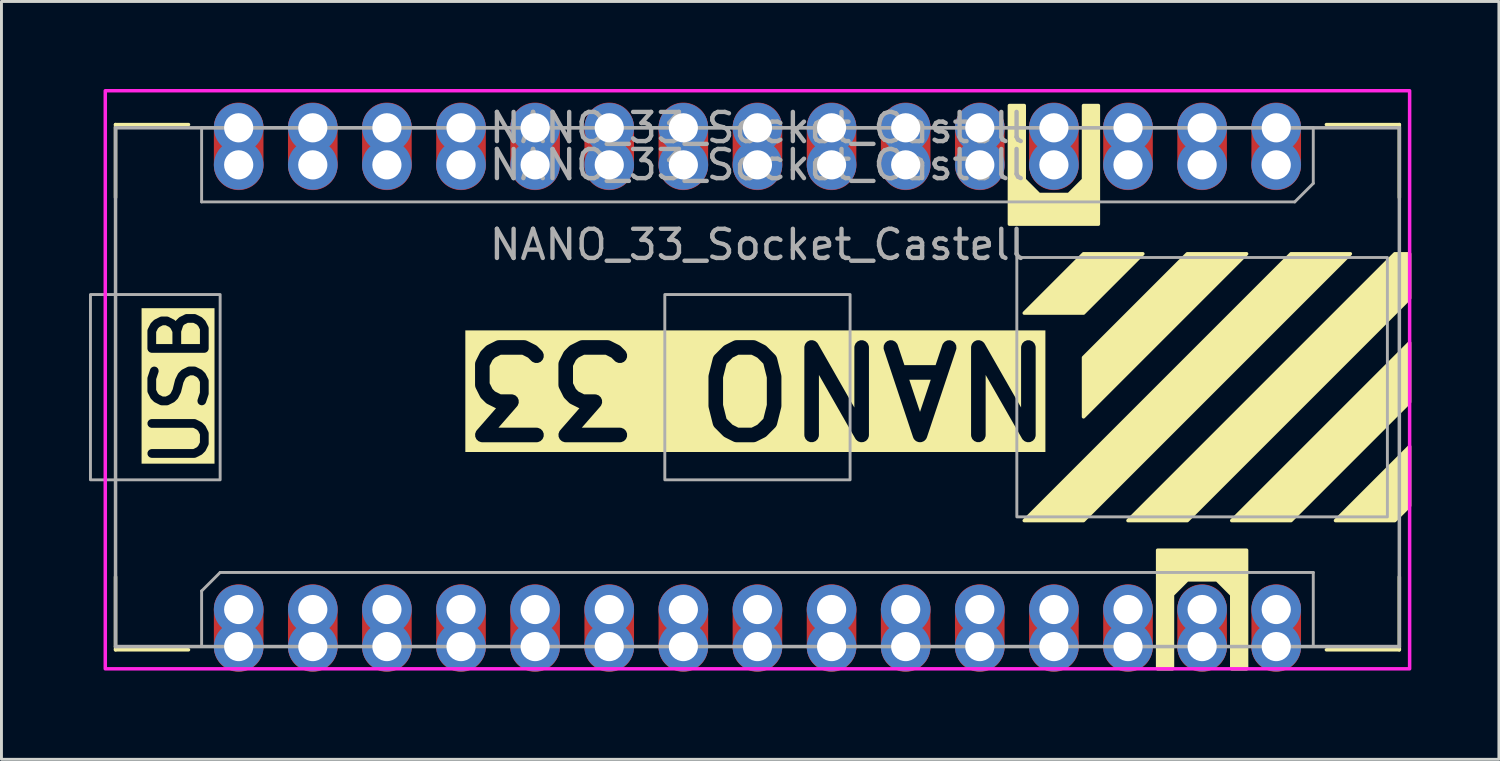
<source format=kicad_pcb>
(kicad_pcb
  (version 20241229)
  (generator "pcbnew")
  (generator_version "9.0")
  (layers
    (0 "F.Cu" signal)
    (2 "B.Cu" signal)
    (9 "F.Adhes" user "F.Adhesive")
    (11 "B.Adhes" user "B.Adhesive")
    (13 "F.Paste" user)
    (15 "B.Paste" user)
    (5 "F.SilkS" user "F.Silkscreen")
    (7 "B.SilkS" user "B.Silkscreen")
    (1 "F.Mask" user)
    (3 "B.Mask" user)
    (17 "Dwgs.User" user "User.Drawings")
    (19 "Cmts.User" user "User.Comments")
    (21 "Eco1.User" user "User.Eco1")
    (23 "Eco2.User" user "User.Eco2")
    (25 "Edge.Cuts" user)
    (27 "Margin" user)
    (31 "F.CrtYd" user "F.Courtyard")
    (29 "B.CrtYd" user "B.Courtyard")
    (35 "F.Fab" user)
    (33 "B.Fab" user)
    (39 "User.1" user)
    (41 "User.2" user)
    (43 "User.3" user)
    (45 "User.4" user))
  (footprint "NANO_33_Socket_Castell"
    (layer "F.Cu")
    (at 22.91 10.22)
    (property "Reference" "NANO_33_Socket_Castell" (at 0 -4.884 180) (layer "F.Fab") (effects (font (size 1 1) (thickness 0.15))))
    (attr through_hole)
    (fp_line (start -22 -9) (end -22 -6.5) (stroke (width 0.12) (type default)) (layer "F.SilkS"))
    (fp_line (start -22 6.5) (end -22 9) (stroke (width 0.12) (type default)) (layer "F.SilkS"))
    (fp_line (start -22 9) (end -19.5 9) (stroke (width 0.12) (type default)) (layer "F.SilkS"))
    (fp_line (start -19.5 -9) (end -22 -9) (stroke (width 0.12) (type default)) (layer "F.SilkS"))
    (fp_line (start 19.5 9) (end 22 9) (stroke (width 0.12) (type default)) (layer "F.SilkS"))
    (fp_line (start 22 -9) (end 19.5 -9) (stroke (width 0.12) (type default)) (layer "F.SilkS"))
    (fp_line (start 22 -6.5) (end 22 -9) (stroke (width 0.12) (type default)) (layer "F.SilkS"))
    (fp_line (start 22 9) (end 22 6.5) (stroke (width 0.12) (type default)) (layer "F.SilkS"))
    (fp_poly (pts (xy 11.176 4.572) (xy 20.32 -4.572) (xy 18.288 -4.572) (xy 9.144 4.572)) (stroke (width 0.12) (type solid)) (fill yes) (layer "F.SilkS"))
    (fp_poly (pts (xy 13.208 -4.572) (xy 11.176 -2.54) (xy 9.144 -2.54) (xy 11.176 -4.572)) (stroke (width 0.12) (type solid)) (fill yes) (layer "F.SilkS"))
    (fp_poly (pts (xy 16.764 -4.572) (xy 11.176 1.016) (xy 11.176 -1.016) (xy 14.732 -4.572)) (stroke (width 0.12) (type solid)) (fill yes) (layer "F.SilkS"))
    (fp_poly (pts (xy 18.288 4.572) (xy 22.352 0.508) (xy 22.352 -1.524) (xy 16.256 4.572)) (stroke (width 0.12) (type solid)) (fill yes) (layer "F.SilkS"))
    (fp_poly (pts (xy 22.352 4.064) (xy 21.844 4.572) (xy 19.812 4.572) (xy 22.352 2.032)) (stroke (width 0.12) (type solid)) (fill yes) (layer "F.SilkS"))
    (fp_poly (pts (xy 14.732 4.572) (xy 22.352 -3.048) (xy 22.352 -4.572) (xy 21.844 -4.572) (xy 12.7 4.572)) (stroke (width 0.12) (type solid)) (fill yes) (layer "F.SilkS"))
    (fp_poly (pts (xy 9.144 -9.652) (xy 9.144 -7.112) (xy 9.652 -6.604) (xy 10.668 -6.604) (xy 11.176 -7.112) (xy 11.176 -9.652) (xy 11.684 -9.652) (xy 11.684 -5.588) (xy 8.636 -5.588) (xy 8.636 -9.652)) (stroke (width 0.12) (type solid)) (fill yes) (layer "F.SilkS"))
    (fp_poly (pts (xy 16.256 9.652) (xy 16.256 7.112) (xy 15.748 6.604) (xy 14.732 6.604) (xy 14.224 7.112) (xy 14.224 9.652) (xy 13.716 9.652) (xy 13.716 5.588) (xy 16.764 5.588) (xy 16.764 9.652)) (stroke (width 0.12) (type solid)) (fill yes) (layer "F.SilkS"))
    (fp_rect (start -22.352 -10.16) (end 22.352 9.652) (stroke (width 0.12) (type default)) (fill no) (layer "F.CrtYd"))
    (fp_line (start -22 -8.89) (end 22 -8.89) (stroke (width 0.12) (type solid)) (layer "F.Fab"))
    (fp_line (start -22 8.89) (end -22 -8.89) (stroke (width 0.12) (type solid)) (layer "F.Fab"))
    (fp_line (start -22 8.89) (end 22 8.89) (stroke (width 0.12) (type solid)) (layer "F.Fab"))
    (fp_line (start -19.05 -8.89) (end 19.05 -8.89) (stroke (width 0.1) (type solid)) (layer "F.Fab"))
    (fp_line (start -19.05 -6.35) (end -19.05 -8.89) (stroke (width 0.1) (type solid)) (layer "F.Fab"))
    (fp_line (start -19.05 6.985) (end -18.415 6.35) (stroke (width 0.1) (type solid)) (layer "F.Fab"))
    (fp_line (start -19.05 8.89) (end -19.05 6.985) (stroke (width 0.1) (type solid)) (layer "F.Fab"))
    (fp_line (start -18.415 6.35) (end 19.05 6.35) (stroke (width 0.1) (type solid)) (layer "F.Fab"))
    (fp_line (start 18.415 -6.35) (end -19.05 -6.35) (stroke (width 0.1) (type solid)) (layer "F.Fab"))
    (fp_line (start 19.05 -8.89) (end 19.05 -6.985) (stroke (width 0.1) (type solid)) (layer "F.Fab"))
    (fp_line (start 19.05 -6.985) (end 18.415 -6.35) (stroke (width 0.1) (type solid)) (layer "F.Fab"))
    (fp_line (start 19.05 6.35) (end 19.05 8.89) (stroke (width 0.1) (type solid)) (layer "F.Fab"))
    (fp_line (start 19.05 8.89) (end -19.05 8.89) (stroke (width 0.1) (type solid)) (layer "F.Fab"))
    (fp_line (start 22 8.89) (end 22 -8.89) (stroke (width 0.12) (type solid)) (layer "F.Fab"))
    (fp_poly (pts (xy -22.86 3.175) (xy -18.415 3.175) (xy -18.415 -3.175) (xy -22.86 -3.175)) (stroke (width 0.1) (type solid)) (fill no) (layer "F.Fab"))
    (fp_poly (pts (xy -3.175 3.175) (xy 3.175 3.175) (xy 3.175 -3.175) (xy -3.175 -3.175)) (stroke (width 0.1) (type solid)) (fill no) (layer "F.Fab"))
    (fp_poly (pts (xy 8.89 4.445) (xy 21.59 4.445) (xy 21.59 -4.445) (xy 8.89 -4.445)) (stroke (width 0.1) (type solid)) (fill no) (layer "F.Fab"))
    (fp_text user "USB" (at -20.828 0 90) (unlocked yes) (layer "F.SilkS" knockout) (effects (font (size 1.8 1.8) (thickness 0.3)) (justify top)))
    (fp_text user "NANO 33" (at 0 0 180) (unlocked yes) (layer "F.SilkS" knockout) (effects (font (size 3 3) (thickness 0.5) (bold yes))))
    (fp_text user "${REFERENCE}" (at 0 -8.89 180) (layer "F.Fab") (effects (font (size 1 1) (thickness 0.15))))
    (fp_text user "${REFERENCE}" (at 0 -7.62 180) (layer "F.Fab") (effects (font (size 1 1) (thickness 0.15))))
    (pad "+3V3" thru_hole oval (at -15.24 7.62 90) (size 1.7 1.7) (drill 1) (layers "*.Cu" "*.Mask"))
    (pad "+3V3" smd oval (at -15.24 8.255 90) (size 3 1.7) (layers "F.Cu" "F.Mask"))
    (pad "+3V3" thru_hole circle (at -15.24 8.89 90) (size 1.7 1.7) (drill 1) (layers "*.Cu" "*.Mask"))
    (pad "+5V" thru_hole oval (at 10.16 7.62 90) (size 1.7 1.7) (drill 1) (layers "*.Cu" "*.Mask"))
    (pad "+5V" smd oval (at 10.16 8.255 90) (size 3 1.7) (layers "F.Cu" "F.Mask"))
    (pad "+5V" thru_hole circle (at 10.16 8.89 90) (size 1.7 1.7) (drill 1) (layers "*.Cu" "*.Mask"))
    (pad "A0" thru_hole oval (at -10.16 7.62 90) (size 1.7 1.7) (drill 1) (layers "*.Cu" "*.Mask"))
    (pad "A0" smd oval (at -10.16 8.255 90) (size 3 1.7) (layers "F.Cu" "F.Mask"))
    (pad "A0" thru_hole circle (at -10.16 8.89 90) (size 1.7 1.7) (drill 1) (layers "*.Cu" "*.Mask"))
    (pad "A1" thru_hole oval (at -7.62 7.62 90) (size 1.7 1.7) (drill 1) (layers "*.Cu" "*.Mask"))
    (pad "A1" smd oval (at -7.62 8.255 90) (size 3 1.7) (layers "F.Cu" "F.Mask"))
    (pad "A1" thru_hole circle (at -7.62 8.89 90) (size 1.7 1.7) (drill 1) (layers "*.Cu" "*.Mask"))
    (pad "A2" thru_hole oval (at -5.08 7.62 90) (size 1.7 1.7) (drill 1) (layers "*.Cu" "*.Mask"))
    (pad "A2" smd oval (at -5.08 8.255 90) (size 3 1.7) (layers "F.Cu" "F.Mask"))
    (pad "A2" thru_hole circle (at -5.08 8.89 90) (size 1.7 1.7) (drill 1) (layers "*.Cu" "*.Mask"))
    (pad "A3" thru_hole oval (at -2.54 7.62 90) (size 1.7 1.7) (drill 1) (layers "*.Cu" "*.Mask"))
    (pad "A3" smd oval (at -2.54 8.255 90) (size 3 1.7) (layers "F.Cu" "F.Mask"))
    (pad "A3" thru_hole circle (at -2.54 8.89 90) (size 1.7 1.7) (drill 1) (layers "*.Cu" "*.Mask"))
    (pad "A4" thru_hole oval (at 0 7.62 90) (size 1.7 1.7) (drill 1) (layers "*.Cu" "*.Mask"))
    (pad "A4" smd oval (at 0 8.255 90) (size 3 1.7) (layers "F.Cu" "F.Mask"))
    (pad "A4" thru_hole circle (at 0 8.89 90) (size 1.7 1.7) (drill 1) (layers "*.Cu" "*.Mask"))
    (pad "A5" thru_hole oval (at 2.54 7.62 90) (size 1.7 1.7) (drill 1) (layers "*.Cu" "*.Mask"))
    (pad "A5" smd oval (at 2.54 8.255 90) (size 3 1.7) (layers "F.Cu" "F.Mask"))
    (pad "A5" thru_hole circle (at 2.54 8.89 90) (size 1.7 1.7) (drill 1) (layers "*.Cu" "*.Mask"))
    (pad "A6" thru_hole oval (at 5.08 7.62 90) (size 1.7 1.7) (drill 1) (layers "*.Cu" "*.Mask"))
    (pad "A6" smd oval (at 5.08 8.255 90) (size 3 1.7) (layers "F.Cu" "F.Mask"))
    (pad "A6" thru_hole circle (at 5.08 8.89 90) (size 1.7 1.7) (drill 1) (layers "*.Cu" "*.Mask"))
    (pad "A7" thru_hole oval (at 7.62 7.62 90) (size 1.7 1.7) (drill 1) (layers "*.Cu" "*.Mask"))
    (pad "A7" smd oval (at 7.62 8.255 90) (size 3 1.7) (layers "F.Cu" "F.Mask"))
    (pad "A7" thru_hole circle (at 7.62 8.89 90) (size 1.7 1.7) (drill 1) (layers "*.Cu" "*.Mask"))
    (pad "AREF" thru_hole oval (at -12.7 7.62 90) (size 1.7 1.7) (drill 1) (layers "*.Cu" "*.Mask"))
    (pad "AREF" smd oval (at -12.7 8.255 90) (size 3 1.7) (layers "F.Cu" "F.Mask"))
    (pad "AREF" thru_hole circle (at -12.7 8.89 90) (size 1.7 1.7) (drill 1) (layers "*.Cu" "*.Mask"))
    (pad "D2" thru_hole oval (at 7.62 -8.89 90) (size 1.7 1.7) (drill 1) (layers "*.Cu" "*.Mask"))
    (pad "D2" smd oval (at 7.62 -8.255 90) (size 3 1.7) (layers "F.Cu" "F.Mask"))
    (pad "D2" thru_hole circle (at 7.62 -7.62 90) (size 1.7 1.7) (drill 1) (layers "*.Cu" "*.Mask"))
    (pad "D3" thru_hole oval (at 5.08 -8.89 90) (size 1.7 1.7) (drill 1) (layers "*.Cu" "*.Mask"))
    (pad "D3" smd oval (at 5.08 -8.255 90) (size 3 1.7) (layers "F.Cu" "F.Mask"))
    (pad "D3" thru_hole circle (at 5.08 -7.62 90) (size 1.7 1.7) (drill 1) (layers "*.Cu" "*.Mask"))
    (pad "D4" thru_hole oval (at 2.54 -8.89 90) (size 1.7 1.7) (drill 1) (layers "*.Cu" "*.Mask"))
    (pad "D4" smd oval (at 2.54 -8.255 90) (size 3 1.7) (layers "F.Cu" "F.Mask"))
    (pad "D4" thru_hole circle (at 2.54 -7.62 90) (size 1.7 1.7) (drill 1) (layers "*.Cu" "*.Mask"))
    (pad "D5" thru_hole oval (at 0 -8.89 90) (size 1.7 1.7) (drill 1) (layers "*.Cu" "*.Mask"))
    (pad "D5" smd oval (at 0 -8.255 90) (size 3 1.7) (layers "F.Cu" "F.Mask"))
    (pad "D5" thru_hole circle (at 0 -7.62 90) (size 1.7 1.7) (drill 1) (layers "*.Cu" "*.Mask"))
    (pad "D6" thru_hole oval (at -2.54 -8.89 90) (size 1.7 1.7) (drill 1) (layers "*.Cu" "*.Mask"))
    (pad "D6" smd oval (at -2.54 -8.255 90) (size 3 1.7) (layers "F.Cu" "F.Mask"))
    (pad "D6" thru_hole circle (at -2.54 -7.62 90) (size 1.7 1.7) (drill 1) (layers "*.Cu" "*.Mask"))
    (pad "D7" thru_hole oval (at -5.08 -8.89 90) (size 1.7 1.7) (drill 1) (layers "*.Cu" "*.Mask"))
    (pad "D7" smd oval (at -5.08 -8.255 90) (size 3 1.7) (layers "F.Cu" "F.Mask"))
    (pad "D7" thru_hole circle (at -5.08 -7.62 90) (size 1.7 1.7) (drill 1) (layers "*.Cu" "*.Mask"))
    (pad "D8" thru_hole oval (at -7.62 -8.89 90) (size 1.7 1.7) (drill 1) (layers "*.Cu" "*.Mask"))
    (pad "D8" smd oval (at -7.62 -8.255 90) (size 3 1.7) (layers "F.Cu" "F.Mask"))
    (pad "D8" thru_hole circle (at -7.62 -7.62 90) (size 1.7 1.7) (drill 1) (layers "*.Cu" "*.Mask"))
    (pad "D9" thru_hole oval (at -10.16 -8.89 90) (size 1.7 1.7) (drill 1) (layers "*.Cu" "*.Mask"))
    (pad "D9" smd oval (at -10.16 -8.255 90) (size 3 1.7) (layers "F.Cu" "F.Mask"))
    (pad "D9" thru_hole circle (at -10.16 -7.62 90) (size 1.7 1.7) (drill 1) (layers "*.Cu" "*.Mask"))
    (pad "D10" thru_hole oval (at -12.7 -8.89 90) (size 1.7 1.7) (drill 1) (layers "*.Cu" "*.Mask"))
    (pad "D10" smd oval (at -12.7 -8.255 90) (size 3 1.7) (layers "F.Cu" "F.Mask"))
    (pad "D10" thru_hole circle (at -12.7 -7.62 90) (size 1.7 1.7) (drill 1) (layers "*.Cu" "*.Mask"))
    (pad "D11" thru_hole oval (at -15.24 -8.89 90) (size 1.7 1.7) (drill 1) (layers "*.Cu" "*.Mask"))
    (pad "D11" smd oval (at -15.24 -8.255 90) (size 3 1.7) (layers "F.Cu" "F.Mask"))
    (pad "D11" thru_hole circle (at -15.24 -7.62 90) (size 1.7 1.7) (drill 1) (layers "*.Cu" "*.Mask"))
    (pad "D12" thru_hole circle (at -17.78 -8.89 90) (size 1.7 1.7) (drill 1) (layers "*.Cu" "*.Mask"))
    (pad "D12" smd oval (at -17.78 -8.255 90) (size 3 1.7) (layers "F.Cu" "F.Mask"))
    (pad "D12" thru_hole circle (at -17.78 -7.62 90) (size 1.7 1.7) (drill 1) (layers "*.Cu" "*.Mask"))
    (pad "D13" thru_hole circle (at -17.78 7.62 90) (size 1.7 1.7) (drill 1) (layers "*.Cu" "*.Mask"))
    (pad "D13" smd oval (at -17.78 8.255 90) (size 3 1.7) (layers "F.Cu" "F.Mask"))
    (pad "D13" thru_hole circle (at -17.78 8.89 90) (size 1.7 1.7) (drill 1) (layers "*.Cu" "*.Mask"))
    (pad "GND1" thru_hole oval (at 15.24 7.62 90) (size 1.7 1.7) (drill 1) (layers "*.Cu" "*.Mask"))
    (pad "GND1" smd oval (at 15.24 8.255 90) (size 3 1.7) (layers "F.Cu" "F.Mask"))
    (pad "GND1" thru_hole circle (at 15.24 8.89 90) (size 1.7 1.7) (drill 1) (layers "*.Cu" "*.Mask"))
    (pad "GND2" thru_hole oval (at 10.16 -8.89 90) (size 1.7 1.7) (drill 1) (layers "*.Cu" "*.Mask"))
    (pad "GND2" smd oval (at 10.16 -8.255 90) (size 3 1.7) (layers "F.Cu" "F.Mask"))
    (pad "GND2" thru_hole circle (at 10.16 -7.62 90) (size 1.7 1.7) (drill 1) (layers "*.Cu" "*.Mask"))
    (pad "RST1" thru_hole oval (at 12.7 7.62 90) (size 1.7 1.7) (drill 1) (layers "*.Cu" "*.Mask"))
    (pad "RST1" smd oval (at 12.7 8.255 90) (size 3 1.7) (layers "F.Cu" "F.Mask"))
    (pad "RST1" thru_hole circle (at 12.7 8.89 90) (size 1.7 1.7) (drill 1) (layers "*.Cu" "*.Mask"))
    (pad "RST2" thru_hole oval (at 12.7 -8.89 90) (size 1.7 1.7) (drill 1) (layers "*.Cu" "*.Mask"))
    (pad "RST2" smd oval (at 12.7 -8.255 90) (size 3 1.7) (layers "F.Cu" "F.Mask"))
    (pad "RST2" thru_hole circle (at 12.7 -7.62 90) (size 1.7 1.7) (drill 1) (layers "*.Cu" "*.Mask"))
    (pad "RX" thru_hole oval (at 15.24 -8.89 90) (size 1.7 1.7) (drill 1) (layers "*.Cu" "*.Mask"))
    (pad "RX" smd oval (at 15.24 -8.255 90) (size 3 1.7) (layers "F.Cu" "F.Mask"))
    (pad "RX" thru_hole circle (at 15.24 -7.62 90) (size 1.7 1.7) (drill 1) (layers "*.Cu" "*.Mask"))
    (pad "TX" thru_hole oval (at 17.78 -8.89 90) (size 1.7 1.7) (drill 1) (layers "*.Cu" "*.Mask"))
    (pad "TX" smd oval (at 17.78 -8.255 90) (size 3 1.7) (layers "F.Cu" "F.Mask"))
    (pad "TX" thru_hole circle (at 17.78 -7.62 90) (size 1.7 1.7) (drill 1) (layers "*.Cu" "*.Mask"))
    (pad "VIN" thru_hole oval (at 17.78 7.62 90) (size 1.7 1.7) (drill 1) (layers "*.Cu" "*.Mask"))
    (pad "VIN" smd oval (at 17.78 8.255 90) (size 3 1.7) (layers "F.Cu" "F.Mask"))
    (pad "VIN" thru_hole circle (at 17.78 8.89 90) (size 1.7 1.7) (drill 1) (layers "*.Cu" "*.Mask")))
  (gr_rect
    (start -3 -3)
    (end 48.322 22.975)
    (stroke (width 0.1) (type default))
    (fill no)
    (layer "Edge.Cuts")))
</source>
